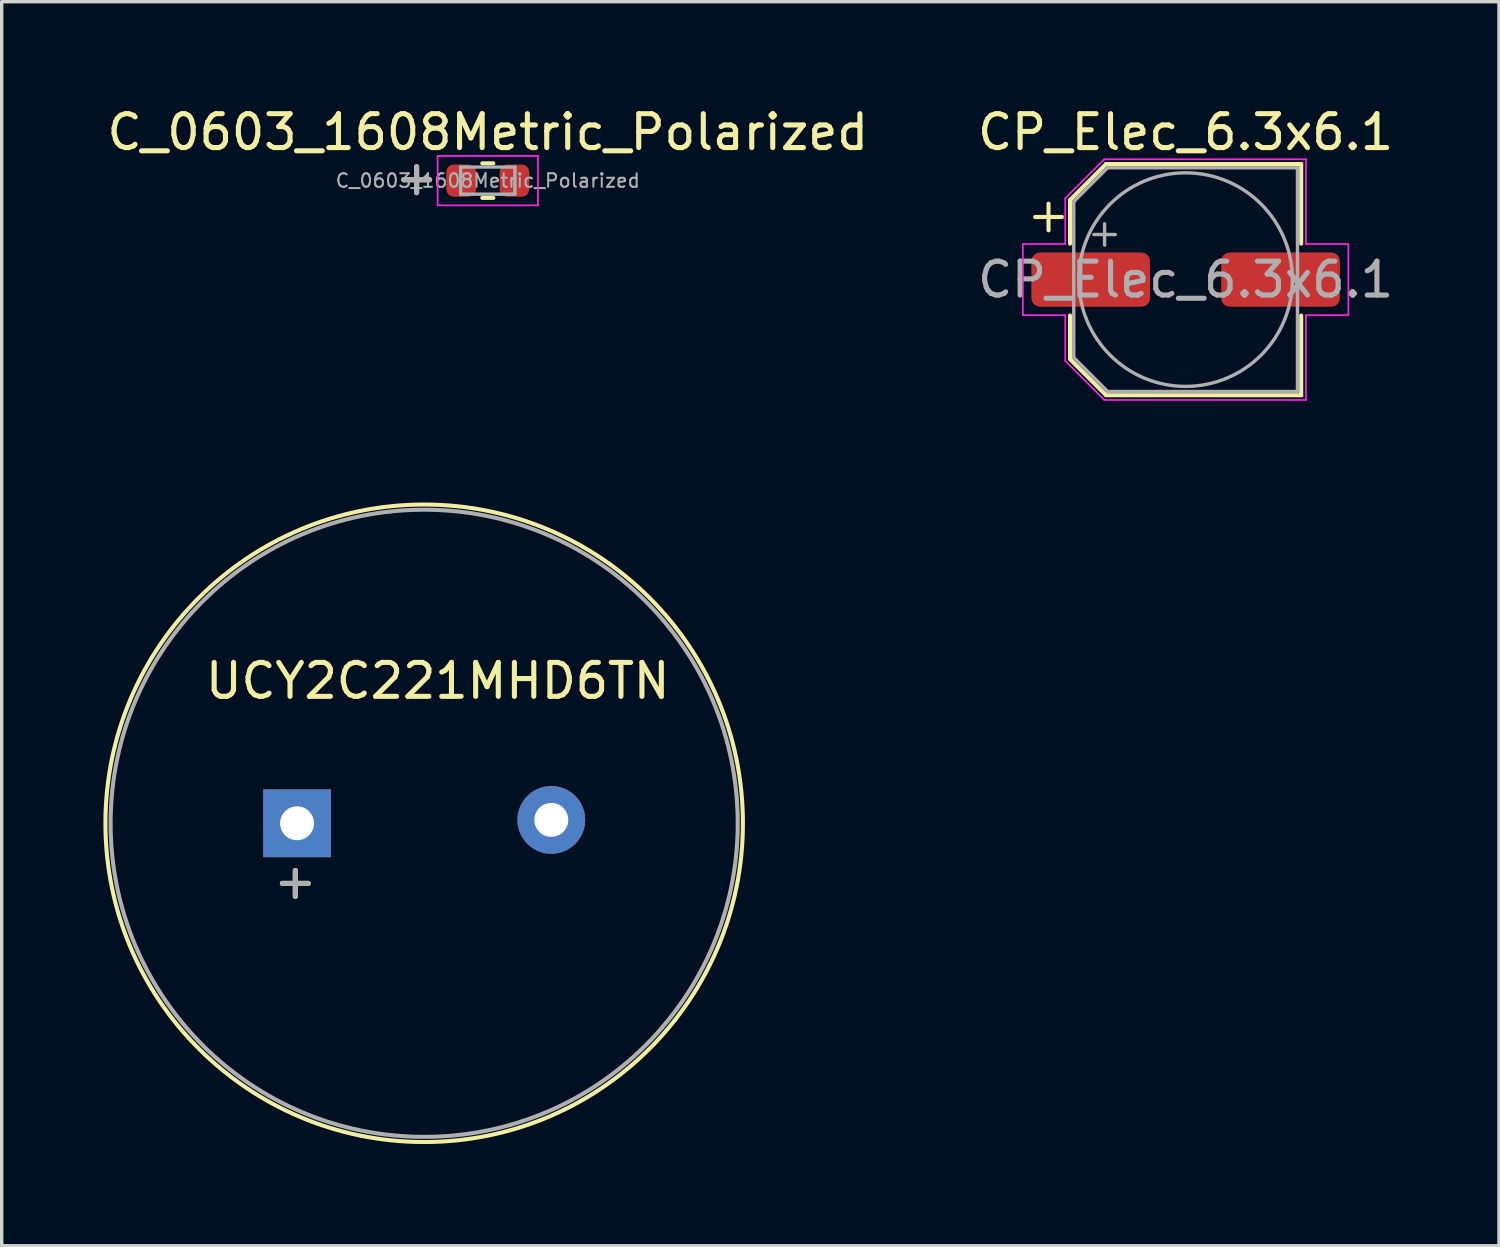
<source format=kicad_pcb>
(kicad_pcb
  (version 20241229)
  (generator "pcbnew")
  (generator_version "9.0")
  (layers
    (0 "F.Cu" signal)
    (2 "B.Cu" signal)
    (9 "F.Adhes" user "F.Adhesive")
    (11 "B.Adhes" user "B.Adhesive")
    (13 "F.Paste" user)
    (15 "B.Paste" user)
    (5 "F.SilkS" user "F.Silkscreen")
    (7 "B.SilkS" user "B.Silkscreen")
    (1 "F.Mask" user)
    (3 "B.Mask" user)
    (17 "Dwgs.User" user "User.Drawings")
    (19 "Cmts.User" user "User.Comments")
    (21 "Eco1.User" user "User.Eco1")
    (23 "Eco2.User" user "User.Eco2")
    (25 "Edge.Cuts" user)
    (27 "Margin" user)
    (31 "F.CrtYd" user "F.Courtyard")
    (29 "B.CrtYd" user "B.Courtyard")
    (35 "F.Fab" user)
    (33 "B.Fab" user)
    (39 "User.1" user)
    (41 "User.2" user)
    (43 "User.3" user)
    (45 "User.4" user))
  (footprint "CP_Elec_6.3x6.1"
    (layer "F.Cu")
    (at 31.923 5.198)
    (property "Reference" "CP_Elec_6.3x6.1" (at 0 -4.35 0) (layer "F.SilkS") (effects (font (size 1 1) (thickness 0.15))))
    (attr smd)
    (fp_line (start -4.438 -1.847) (end -3.65 -1.847) (stroke (width 0.12) (type solid)) (layer "F.SilkS"))
    (fp_line (start -4.044 -2.241) (end -4.044 -1.454) (stroke (width 0.12) (type solid)) (layer "F.SilkS"))
    (fp_line (start -3.41 -2.346) (end -3.41 -1.06) (stroke (width 0.12) (type solid)) (layer "F.SilkS"))
    (fp_line (start -3.41 -2.346) (end -2.346 -3.41) (stroke (width 0.12) (type solid)) (layer "F.SilkS"))
    (fp_line (start -3.41 2.346) (end -3.41 1.06) (stroke (width 0.12) (type solid)) (layer "F.SilkS"))
    (fp_line (start -3.41 2.346) (end -2.346 3.41) (stroke (width 0.12) (type solid)) (layer "F.SilkS"))
    (fp_line (start -2.346 -3.41) (end 3.41 -3.41) (stroke (width 0.12) (type solid)) (layer "F.SilkS"))
    (fp_line (start -2.346 3.41) (end 3.41 3.41) (stroke (width 0.12) (type solid)) (layer "F.SilkS"))
    (fp_line (start 3.41 -3.41) (end 3.41 -1.06) (stroke (width 0.12) (type solid)) (layer "F.SilkS"))
    (fp_line (start 3.41 3.41) (end 3.41 1.06) (stroke (width 0.12) (type solid)) (layer "F.SilkS"))
    (fp_line (start -4.8 -1.05) (end -4.8 1.05) (stroke (width 0.05) (type solid)) (layer "F.CrtYd"))
    (fp_line (start -4.8 1.05) (end -3.55 1.05) (stroke (width 0.05) (type solid)) (layer "F.CrtYd"))
    (fp_line (start -3.55 -2.4) (end -3.55 -1.05) (stroke (width 0.05) (type solid)) (layer "F.CrtYd"))
    (fp_line (start -3.55 -2.4) (end -2.4 -3.55) (stroke (width 0.05) (type solid)) (layer "F.CrtYd"))
    (fp_line (start -3.55 -1.05) (end -4.8 -1.05) (stroke (width 0.05) (type solid)) (layer "F.CrtYd"))
    (fp_line (start -3.55 1.05) (end -3.55 2.4) (stroke (width 0.05) (type solid)) (layer "F.CrtYd"))
    (fp_line (start -3.55 2.4) (end -2.4 3.55) (stroke (width 0.05) (type solid)) (layer "F.CrtYd"))
    (fp_line (start -2.4 -3.55) (end 3.55 -3.55) (stroke (width 0.05) (type solid)) (layer "F.CrtYd"))
    (fp_line (start -2.4 3.55) (end 3.55 3.55) (stroke (width 0.05) (type solid)) (layer "F.CrtYd"))
    (fp_line (start 3.55 -3.55) (end 3.55 -1.05) (stroke (width 0.05) (type solid)) (layer "F.CrtYd"))
    (fp_line (start 3.55 -1.05) (end 4.8 -1.05) (stroke (width 0.05) (type solid)) (layer "F.CrtYd"))
    (fp_line (start 3.55 1.05) (end 3.55 3.55) (stroke (width 0.05) (type solid)) (layer "F.CrtYd"))
    (fp_line (start 4.8 -1.05) (end 4.8 1.05) (stroke (width 0.05) (type solid)) (layer "F.CrtYd"))
    (fp_line (start 4.8 1.05) (end 3.55 1.05) (stroke (width 0.05) (type solid)) (layer "F.CrtYd"))
    (fp_line (start -3.3 -2.3) (end -3.3 2.3) (stroke (width 0.1) (type solid)) (layer "F.Fab"))
    (fp_line (start -3.3 -2.3) (end -2.3 -3.3) (stroke (width 0.1) (type solid)) (layer "F.Fab"))
    (fp_line (start -3.3 2.3) (end -2.3 3.3) (stroke (width 0.1) (type solid)) (layer "F.Fab"))
    (fp_line (start -2.705 -1.33) (end -2.075 -1.33) (stroke (width 0.1) (type solid)) (layer "F.Fab"))
    (fp_line (start -2.39 -1.645) (end -2.39 -1.015) (stroke (width 0.1) (type solid)) (layer "F.Fab"))
    (fp_line (start -2.3 -3.3) (end 3.3 -3.3) (stroke (width 0.1) (type solid)) (layer "F.Fab"))
    (fp_line (start -2.3 3.3) (end 3.3 3.3) (stroke (width 0.1) (type solid)) (layer "F.Fab"))
    (fp_line (start 3.3 -3.3) (end 3.3 3.3) (stroke (width 0.1) (type solid)) (layer "F.Fab"))
    (fp_circle (center 0 0) (end 3.15 0) (stroke (width 0.1) (type solid)) (fill no) (layer "F.Fab"))
    (fp_text user "${REFERENCE}" (at 0 0 0) (layer "F.Fab") (effects (font (size 1 1) (thickness 0.15))))
    (pad "1" smd roundrect (at -2.8 0) (size 3.5 1.6) (layers "F.Cu" "F.Mask" "F.Paste") (roundrect_rratio 0.156))
    (pad "2" smd roundrect (at 2.8 0) (size 3.5 1.6) (layers "F.Cu" "F.Mask" "F.Paste") (roundrect_rratio 0.156)))
  (footprint "UCY2C221MHD6TN"
    (layer "F.Cu")
    (at 9.462 21.235)
    (property "Reference" "UCY2C221MHD6TN" (at 0.4 -4.2 0) (layer "F.SilkS") (effects (font (size 1 1) (thickness 0.15))))
    (attr through_hole)
    (fp_circle (center 0 0) (end -9.4 0.2) (stroke (width 0.12) (type solid)) (fill no) (layer "F.SilkS"))
    (fp_circle (center 0 0) (end 9.25 0) (stroke (width 0.12) (type solid)) (fill no) (layer "F.Fab"))
    (fp_text user "+" (at -3.8 1.7 0) (layer "F.SilkS") (effects (font (size 1 1) (thickness 0.15))))
    (fp_text user "+" (at -3.8 1.7 0) (layer "F.Fab") (effects (font (size 1 1) (thickness 0.15))))
    (pad "1" thru_hole rect (at -3.75 0) (size 2 2) (drill 1) (layers "*.Cu" "*.Mask"))
    (pad "2" thru_hole circle (at 3.75 -0.1) (size 2 2) (drill 1) (layers "*.Cu" "*.Mask")))
  (footprint "C_0603_1608Metric_Polarized"
    (layer "F.Cu")
    (at 11.339 2.278)
    (property "Reference" "C_0603_1608Metric_Polarized" (at 0 -1.43 0) (layer "F.SilkS") (effects (font (size 1 1) (thickness 0.15))))
    (attr smd)
    (fp_line (start -0.163 -0.51) (end 0.163 -0.51) (stroke (width 0.12) (type solid)) (layer "F.SilkS"))
    (fp_line (start -0.163 0.51) (end 0.163 0.51) (stroke (width 0.12) (type solid)) (layer "F.SilkS"))
    (fp_line (start -1.48 -0.73) (end 1.48 -0.73) (stroke (width 0.05) (type solid)) (layer "F.CrtYd"))
    (fp_line (start -1.48 0.73) (end -1.48 -0.73) (stroke (width 0.05) (type solid)) (layer "F.CrtYd"))
    (fp_line (start 1.48 -0.73) (end 1.48 0.73) (stroke (width 0.05) (type solid)) (layer "F.CrtYd"))
    (fp_line (start 1.48 0.73) (end -1.48 0.73) (stroke (width 0.05) (type solid)) (layer "F.CrtYd"))
    (fp_line (start -0.8 -0.4) (end 0.8 -0.4) (stroke (width 0.1) (type solid)) (layer "F.Fab"))
    (fp_line (start -0.8 0.4) (end -0.8 -0.4) (stroke (width 0.1) (type solid)) (layer "F.Fab"))
    (fp_line (start 0.8 -0.4) (end 0.8 0.4) (stroke (width 0.1) (type solid)) (layer "F.Fab"))
    (fp_line (start 0.8 0.4) (end -0.8 0.4) (stroke (width 0.1) (type solid)) (layer "F.Fab"))
    (fp_text user "+" (at -2.1 -0.1 0) (layer "F.SilkS") (effects (font (size 1 1) (thickness 0.15))))
    (fp_text user "${REFERENCE}" (at 0 0 0) (layer "F.Fab") (effects (font (size 0.4 0.4) (thickness 0.06))))
    (fp_text user "+" (at -2.1 -0.1 0) (layer "F.Fab") (effects (font (size 1 1) (thickness 0.15))))
    (pad "1" smd roundrect (at -0.787 0) (size 0.875 0.95) (layers "F.Cu" "F.Mask" "F.Paste") (roundrect_rratio 0.25))
    (pad "2" smd roundrect (at 0.787 0) (size 0.875 0.95) (layers "F.Cu" "F.Mask" "F.Paste") (roundrect_rratio 0.25)))
  (gr_rect
    (start -3 -3)
    (end 41.167 33.698)
    (stroke (width 0.1) (type default))
    (fill no)
    (layer "Edge.Cuts")))
</source>
